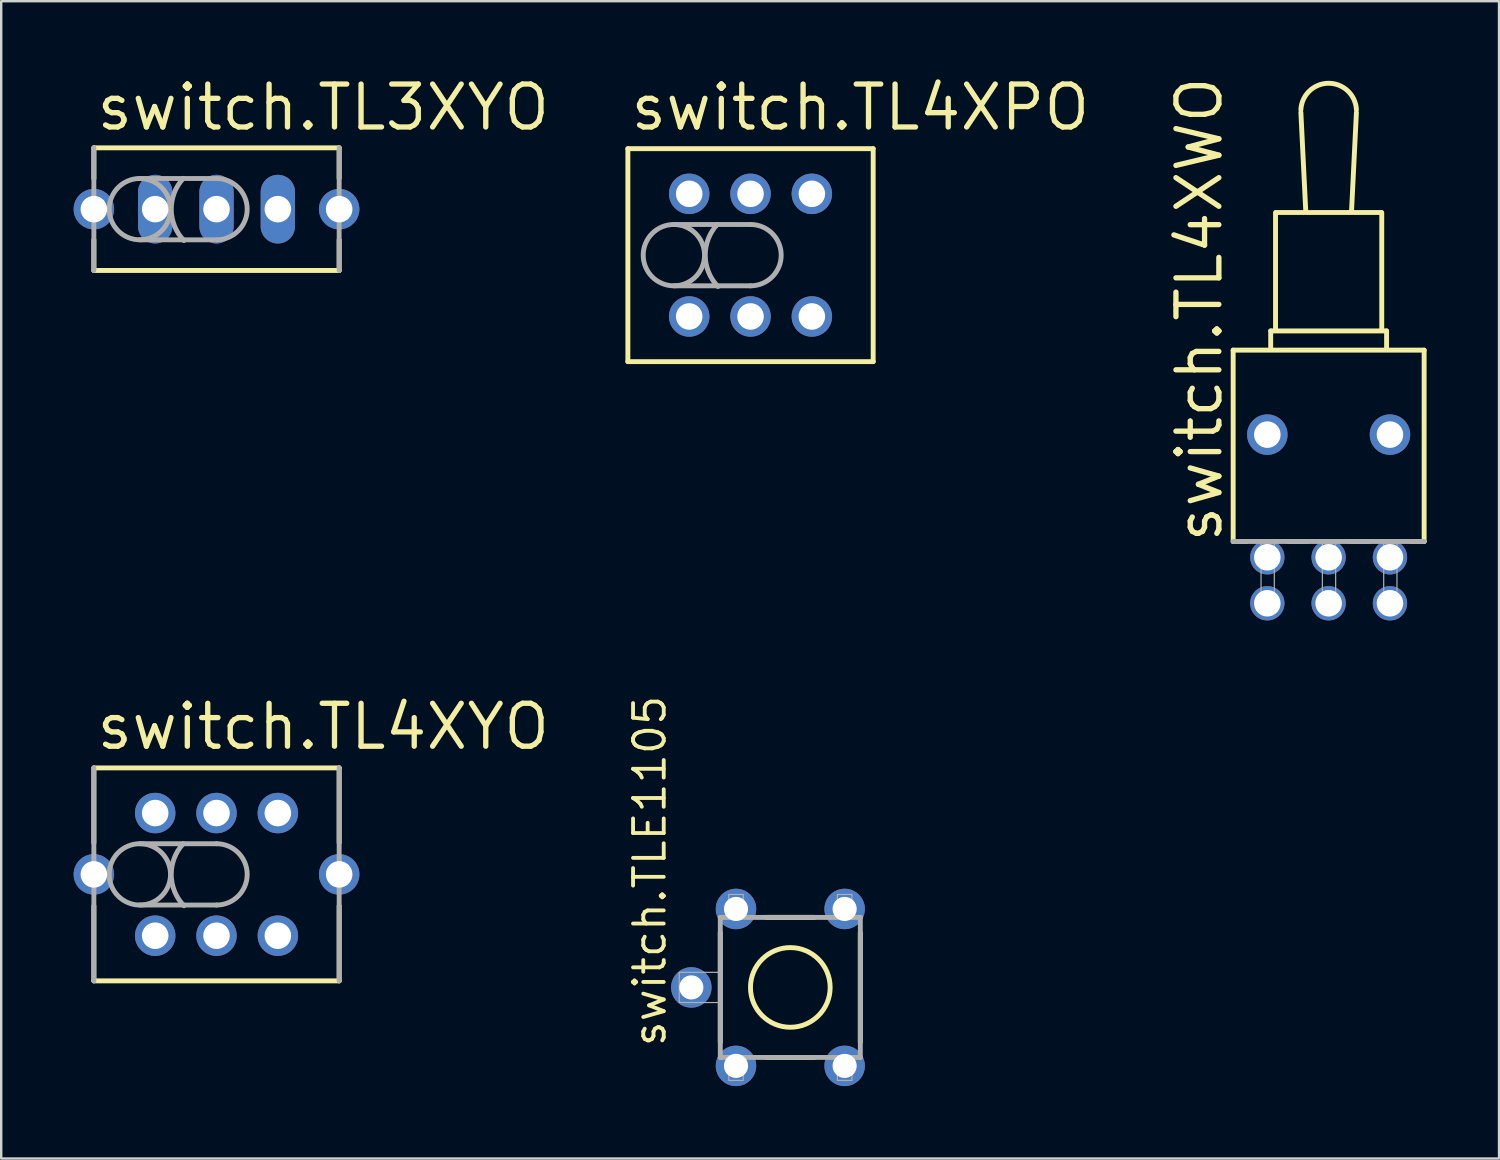
<source format=kicad_pcb>
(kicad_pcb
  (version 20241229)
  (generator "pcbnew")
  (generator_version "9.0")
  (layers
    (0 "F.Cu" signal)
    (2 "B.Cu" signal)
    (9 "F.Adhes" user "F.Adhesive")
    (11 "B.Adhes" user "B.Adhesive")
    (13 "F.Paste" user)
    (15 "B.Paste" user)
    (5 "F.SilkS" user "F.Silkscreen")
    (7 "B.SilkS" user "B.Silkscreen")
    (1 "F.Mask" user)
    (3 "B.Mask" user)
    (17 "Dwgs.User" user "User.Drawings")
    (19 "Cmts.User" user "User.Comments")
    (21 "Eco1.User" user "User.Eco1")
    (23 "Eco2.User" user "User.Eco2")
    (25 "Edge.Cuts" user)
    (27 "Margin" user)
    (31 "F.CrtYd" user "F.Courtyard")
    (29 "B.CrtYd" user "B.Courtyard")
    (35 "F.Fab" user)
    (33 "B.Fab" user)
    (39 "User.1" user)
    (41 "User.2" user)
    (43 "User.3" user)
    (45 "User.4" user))
  (footprint "switch.TL4XPO"
    (layer "F.Cu")
    (at 28.036 7.518)
    (property "Reference" "switch.TL4XPO" (at -5.08 -5.08 0) (layer "F.SilkS") (effects (font (size 1.778 1.778) (thickness 0.22)) (justify left bottom)))
    (attr through_hole)
    (fp_line (start -5.08 -4.41) (end 5.08 -4.41) (stroke (width 0.203) (type default)) (layer "F.SilkS"))
    (fp_line (start -5.08 4.41) (end -5.08 -4.41) (stroke (width 0.203) (type default)) (layer "F.SilkS"))
    (fp_line (start 5.08 -4.41) (end 5.08 4.41) (stroke (width 0.203) (type default)) (layer "F.SilkS"))
    (fp_line (start 5.08 4.41) (end -5.08 4.41) (stroke (width 0.203) (type default)) (layer "F.SilkS"))
    (fp_line (start -3.175 -1.27) (end 0 -1.27) (stroke (width 0.203) (type default)) (layer "F.Fab"))
    (fp_line (start -3.175 1.27) (end 0 1.27) (stroke (width 0.203) (type default)) (layer "F.Fab"))
    (fp_arc (start -1.35 1.3) (mid -1.874583 0.017472) (end -1.375 -1.275) (stroke (width 0.2032) (type default)) (layer "F.Fab"))
    (fp_arc (start 0 -1.27) (mid 1.27 0) (end 0 1.27) (stroke (width 0.2032) (type default)) (layer "F.Fab"))
    (fp_circle (center -3.175 0) (end -1.905 0) (stroke (width 0.203) (type default)) (fill no) (layer "F.Fab"))
    (pad "1" thru_hole circle (at -2.54 -2.54 90) (size 1.676 1.676) (drill 1.1) (layers "*.Cu" "*.Mask"))
    (pad "2" thru_hole circle (at 0 -2.54 90) (size 1.676 1.676) (drill 1.1) (layers "*.Cu" "*.Mask"))
    (pad "3" thru_hole circle (at 2.54 -2.54 90) (size 1.676 1.676) (drill 1.1) (layers "*.Cu" "*.Mask"))
    (pad "4" thru_hole circle (at -2.54 2.54 90) (size 1.676 1.676) (drill 1.1) (layers "*.Cu" "*.Mask"))
    (pad "5" thru_hole circle (at 0 2.54 90) (size 1.676 1.676) (drill 1.1) (layers "*.Cu" "*.Mask"))
    (pad "6" thru_hole circle (at 2.54 2.54 90) (size 1.676 1.676) (drill 1.1) (layers "*.Cu" "*.Mask")))
  (footprint "switch.TLE1105"
    (layer "F.Cu")
    (at 29.684 37.848)
    (property "Reference" "switch.TLE1105" (at -5.08 2.54 90) (layer "F.SilkS") (effects (font (size 1.27 1.27) (thickness 0.16)) (justify left bottom)))
    (attr through_hole)
    (fp_line (start -2.9 -2.265) (end -2.9 2.265) (stroke (width 0.203) (type default)) (layer "F.SilkS"))
    (fp_line (start -0.995 -2.9) (end 0.995 -2.9) (stroke (width 0.203) (type default)) (layer "F.SilkS"))
    (fp_line (start 0.995 2.9) (end -0.995 2.9) (stroke (width 0.203) (type default)) (layer "F.SilkS"))
    (fp_line (start 2.9 -2.265) (end 2.9 2.265) (stroke (width 0.203) (type default)) (layer "F.SilkS"))
    (fp_circle (center 0 0) (end 1.65 0) (stroke (width 0.203) (type default)) (fill no) (layer "F.SilkS"))
    (fp_line (start -2.9 -2.9) (end -2.9 2.9) (stroke (width 0.203) (type default)) (layer "F.Fab"))
    (fp_line (start -2.9 -2.9) (end 2.9 -2.9) (stroke (width 0.203) (type default)) (layer "F.Fab"))
    (fp_line (start 2.9 -2.9) (end 2.9 2.9) (stroke (width 0.203) (type default)) (layer "F.Fab"))
    (fp_line (start 2.9 2.9) (end -2.9 2.9) (stroke (width 0.203) (type default)) (layer "F.Fab"))
    (fp_rect (start -4.6 0.625) (end -2.95 -0.625) (stroke (width 0.05) (type default)) (fill no) (layer "F.Fab"))
    (fp_rect (start -2.55 -2.925) (end -1.95 -3.85) (stroke (width 0.05) (type default)) (fill no) (layer "F.Fab"))
    (fp_rect (start -2.55 3.85) (end -1.95 2.925) (stroke (width 0.05) (type default)) (fill no) (layer "F.Fab"))
    (fp_rect (start 1.95 -2.925) (end 2.55 -3.85) (stroke (width 0.05) (type default)) (fill no) (layer "F.Fab"))
    (fp_rect (start 1.95 3.85) (end 2.55 2.925) (stroke (width 0.05) (type default)) (fill no) (layer "F.Fab"))
    (pad "1" thru_hole circle (at -2.25 -3.25 90) (size 1.676 1.676) (drill 1) (layers "*.Cu" "*.Mask"))
    (pad "2" thru_hole circle (at 2.25 -3.25 90) (size 1.676 1.676) (drill 1) (layers "*.Cu" "*.Mask"))
    (pad "3" thru_hole circle (at -2.25 3.25 90) (size 1.676 1.676) (drill 1) (layers "*.Cu" "*.Mask"))
    (pad "4" thru_hole circle (at 2.25 3.25 90) (size 1.676 1.676) (drill 1) (layers "*.Cu" "*.Mask"))
    (pad "E" thru_hole circle (at -4.1 0 90) (size 1.676 1.676) (drill 1) (layers "*.Cu" "*.Mask")))
  (footprint "switch.TL4XWO"
    (layer "F.Cu")
    (at 51.981 14.952)
    (property "Reference" "switch.TL4XWO" (at -4.318 4.572 90) (layer "F.SilkS") (effects (font (size 1.778 1.778) (thickness 0.22)) (justify left bottom)))
    (attr through_hole)
    (fp_line (start -3.955 -3.5) (end 3.955 -3.5) (stroke (width 0.203) (type default)) (layer "F.SilkS"))
    (fp_line (start -3.955 4.425) (end -3.955 -3.5) (stroke (width 0.203) (type default)) (layer "F.SilkS"))
    (fp_line (start -3.411 4.425) (end -3.955 4.425) (stroke (width 0.203) (type default)) (layer "F.SilkS"))
    (fp_line (start -2.4 -4.295) (end 2.4 -4.295) (stroke (width 0.203) (type default)) (layer "F.SilkS"))
    (fp_line (start -2.4 -3.62) (end -2.4 -4.295) (stroke (width 0.203) (type default)) (layer "F.SilkS"))
    (fp_line (start -2.2 -4.37) (end -2.2 -9.195) (stroke (width 0.203) (type default)) (layer "F.SilkS"))
    (fp_line (start -2.18 -9.2) (end 2.18 -9.2) (stroke (width 0.203) (type default)) (layer "F.SilkS"))
    (fp_line (start -1.15 -13.345) (end -0.95 -9.295) (stroke (width 0.203) (type default)) (layer "F.SilkS"))
    (fp_line (start -0.871 4.425) (end -1.669 4.425) (stroke (width 0.203) (type default)) (layer "F.SilkS"))
    (fp_line (start 0.95 -9.295) (end 1.15 -13.345) (stroke (width 0.203) (type default)) (layer "F.SilkS"))
    (fp_line (start 1.669 4.425) (end 0.871 4.425) (stroke (width 0.203) (type default)) (layer "F.SilkS"))
    (fp_line (start 2.2 -4.345) (end 2.2 -9.195) (stroke (width 0.203) (type default)) (layer "F.SilkS"))
    (fp_line (start 2.4 -4.295) (end 2.4 -3.595) (stroke (width 0.203) (type default)) (layer "F.SilkS"))
    (fp_line (start 3.955 -3.5) (end 3.955 4.425) (stroke (width 0.203) (type default)) (layer "F.SilkS"))
    (fp_line (start 3.955 4.425) (end 3.411 4.425) (stroke (width 0.203) (type default)) (layer "F.SilkS"))
    (fp_arc (start -1.15 -13.4586) (mid 0 -14.553202) (end 1.15 -13.4586) (stroke (width 0.2032) (type default)) (layer "F.SilkS"))
    (fp_line (start 3.955 4.425) (end -3.955 4.425) (stroke (width 0.203) (type default)) (layer "F.Fab"))
    (fp_rect (start -2.8 7.3) (end -2.25 4.405) (stroke (width 0.05) (type default)) (fill no) (layer "F.Fab"))
    (fp_rect (start -0.26 7.3) (end 0.29 4.405) (stroke (width 0.05) (type default)) (fill no) (layer "F.Fab"))
    (fp_rect (start 2.28 7.3) (end 2.83 4.405) (stroke (width 0.05) (type default)) (fill no) (layer "F.Fab"))
    (pad "1" thru_hole circle (at -2.54 5.08 90) (size 1.422 1.422) (drill 1.1) (layers "*.Cu" "*.Mask"))
    (pad "2" thru_hole circle (at 0 5.08 90) (size 1.422 1.422) (drill 1.1) (layers "*.Cu" "*.Mask"))
    (pad "3" thru_hole circle (at 2.54 5.08 90) (size 1.422 1.422) (drill 1.1) (layers "*.Cu" "*.Mask"))
    (pad "4" thru_hole circle (at -2.54 6.985 90) (size 1.422 1.422) (drill 1.1) (layers "*.Cu" "*.Mask"))
    (pad "5" thru_hole circle (at 0 6.985 90) (size 1.422 1.422) (drill 1.1) (layers "*.Cu" "*.Mask"))
    (pad "6" thru_hole circle (at 2.54 6.985 90) (size 1.422 1.422) (drill 1.1) (layers "*.Cu" "*.Mask"))
    (pad "M1" thru_hole circle (at -2.54 0 90) (size 1.676 1.676) (drill 1.1) (layers "*.Cu" "*.Mask"))
    (pad "M2" thru_hole circle (at 2.54 0 90) (size 1.676 1.676) (drill 1.1) (layers "*.Cu" "*.Mask")))
  (footprint "switch.TL4XYO"
    (layer "F.Cu")
    (at 5.918 33.166)
    (property "Reference" "switch.TL4XYO" (at -5.08 -5.08 0) (layer "F.SilkS") (effects (font (size 1.778 1.778) (thickness 0.22)) (justify left bottom)))
    (attr through_hole)
    (fp_line (start -5.08 -4.41) (end 5.08 -4.41) (stroke (width 0.203) (type default)) (layer "F.SilkS"))
    (fp_line (start -5.08 -1.305) (end -5.08 -4.41) (stroke (width 0.203) (type default)) (layer "F.SilkS"))
    (fp_line (start -5.08 4.41) (end -5.08 1.305) (stroke (width 0.203) (type default)) (layer "F.SilkS"))
    (fp_line (start 5.08 -4.41) (end 5.08 -1.305) (stroke (width 0.203) (type default)) (layer "F.SilkS"))
    (fp_line (start 5.08 1.305) (end 5.08 4.41) (stroke (width 0.203) (type default)) (layer "F.SilkS"))
    (fp_line (start 5.08 4.41) (end -5.08 4.41) (stroke (width 0.203) (type default)) (layer "F.SilkS"))
    (fp_line (start -5.08 4.41) (end -5.08 -4.41) (stroke (width 0.203) (type default)) (layer "F.Fab"))
    (fp_line (start -3.175 -1.27) (end 0 -1.27) (stroke (width 0.203) (type default)) (layer "F.Fab"))
    (fp_line (start -3.175 1.27) (end 0 1.27) (stroke (width 0.203) (type default)) (layer "F.Fab"))
    (fp_line (start 5.08 -4.41) (end 5.08 4.41) (stroke (width 0.203) (type default)) (layer "F.Fab"))
    (fp_arc (start -1.35 1.3) (mid -1.874583 0.017472) (end -1.375 -1.275) (stroke (width 0.2032) (type default)) (layer "F.Fab"))
    (fp_arc (start 0 -1.27) (mid 1.27 0) (end 0 1.27) (stroke (width 0.2032) (type default)) (layer "F.Fab"))
    (fp_circle (center -3.175 0) (end -1.905 0) (stroke (width 0.203) (type default)) (fill no) (layer "F.Fab"))
    (pad "1" thru_hole circle (at -2.54 -2.54 90) (size 1.676 1.676) (drill 1.1) (layers "*.Cu" "*.Mask"))
    (pad "2" thru_hole circle (at 0 -2.54 90) (size 1.676 1.676) (drill 1.1) (layers "*.Cu" "*.Mask"))
    (pad "3" thru_hole circle (at 2.54 -2.54 90) (size 1.676 1.676) (drill 1.1) (layers "*.Cu" "*.Mask"))
    (pad "4" thru_hole circle (at -2.54 2.54 90) (size 1.676 1.676) (drill 1.1) (layers "*.Cu" "*.Mask"))
    (pad "5" thru_hole circle (at 0 2.54 90) (size 1.676 1.676) (drill 1.1) (layers "*.Cu" "*.Mask"))
    (pad "6" thru_hole circle (at 2.54 2.54 90) (size 1.676 1.676) (drill 1.1) (layers "*.Cu" "*.Mask"))
    (pad "M1" thru_hole circle (at -5.08 0 90) (size 1.676 1.676) (drill 1.1) (layers "*.Cu" "*.Mask"))
    (pad "M2" thru_hole circle (at 5.08 0 90) (size 1.676 1.676) (drill 1.1) (layers "*.Cu" "*.Mask")))
  (footprint "switch.TL3XYO"
    (layer "F.Cu")
    (at 5.918 5.613)
    (property "Reference" "switch.TL3XYO" (at -5.08 -3.175 0) (layer "F.SilkS") (effects (font (size 1.778 1.778) (thickness 0.22)) (justify left bottom)))
    (attr through_hole)
    (fp_line (start -5.08 -2.54) (end 5.08 -2.54) (stroke (width 0.203) (type default)) (layer "F.SilkS"))
    (fp_line (start -5.08 -1.27) (end -5.08 -2.54) (stroke (width 0.203) (type default)) (layer "F.SilkS"))
    (fp_line (start -5.08 2.54) (end -5.08 1.27) (stroke (width 0.203) (type default)) (layer "F.SilkS"))
    (fp_line (start 5.08 -2.54) (end 5.08 -1.27) (stroke (width 0.203) (type default)) (layer "F.SilkS"))
    (fp_line (start 5.08 1.27) (end 5.08 2.54) (stroke (width 0.203) (type default)) (layer "F.SilkS"))
    (fp_line (start 5.08 2.54) (end -5.08 2.54) (stroke (width 0.203) (type default)) (layer "F.SilkS"))
    (fp_line (start -5.08 2.54) (end -5.08 -2.54) (stroke (width 0.203) (type default)) (layer "F.Fab"))
    (fp_line (start -3.175 -1.27) (end 0 -1.27) (stroke (width 0.203) (type default)) (layer "F.Fab"))
    (fp_line (start -3.175 1.27) (end 0 1.27) (stroke (width 0.203) (type default)) (layer "F.Fab"))
    (fp_line (start 5.08 -2.54) (end 5.08 2.54) (stroke (width 0.203) (type default)) (layer "F.Fab"))
    (fp_arc (start -1.35 1.3) (mid -1.874583 0.017472) (end -1.375 -1.275) (stroke (width 0.2032) (type default)) (layer "F.Fab"))
    (fp_arc (start 0 -1.27) (mid 1.27 0) (end 0 1.27) (stroke (width 0.2032) (type default)) (layer "F.Fab"))
    (fp_circle (center -3.175 0) (end -1.905 0) (stroke (width 0.203) (type default)) (fill no) (layer "F.Fab"))
    (pad "1" thru_hole oval (at -2.54 0 90) (size 2.845 1.422) (drill 1.1) (layers "*.Cu" "*.Mask"))
    (pad "2" thru_hole oval (at 0 0 90) (size 2.845 1.422) (drill 1.1) (layers "*.Cu" "*.Mask"))
    (pad "3" thru_hole oval (at 2.54 0 90) (size 2.845 1.422) (drill 1.1) (layers "*.Cu" "*.Mask"))
    (pad "M1" thru_hole circle (at -5.08 0 90) (size 1.676 1.676) (drill 1.1) (layers "*.Cu" "*.Mask"))
    (pad "M2" thru_hole circle (at 5.08 0 90) (size 1.676 1.676) (drill 1.1) (layers "*.Cu" "*.Mask")))
  (gr_rect
    (start -3 -3)
    (end 59.038 44.936)
    (stroke (width 0.1) (type default))
    (fill no)
    (layer "Edge.Cuts")))
</source>
